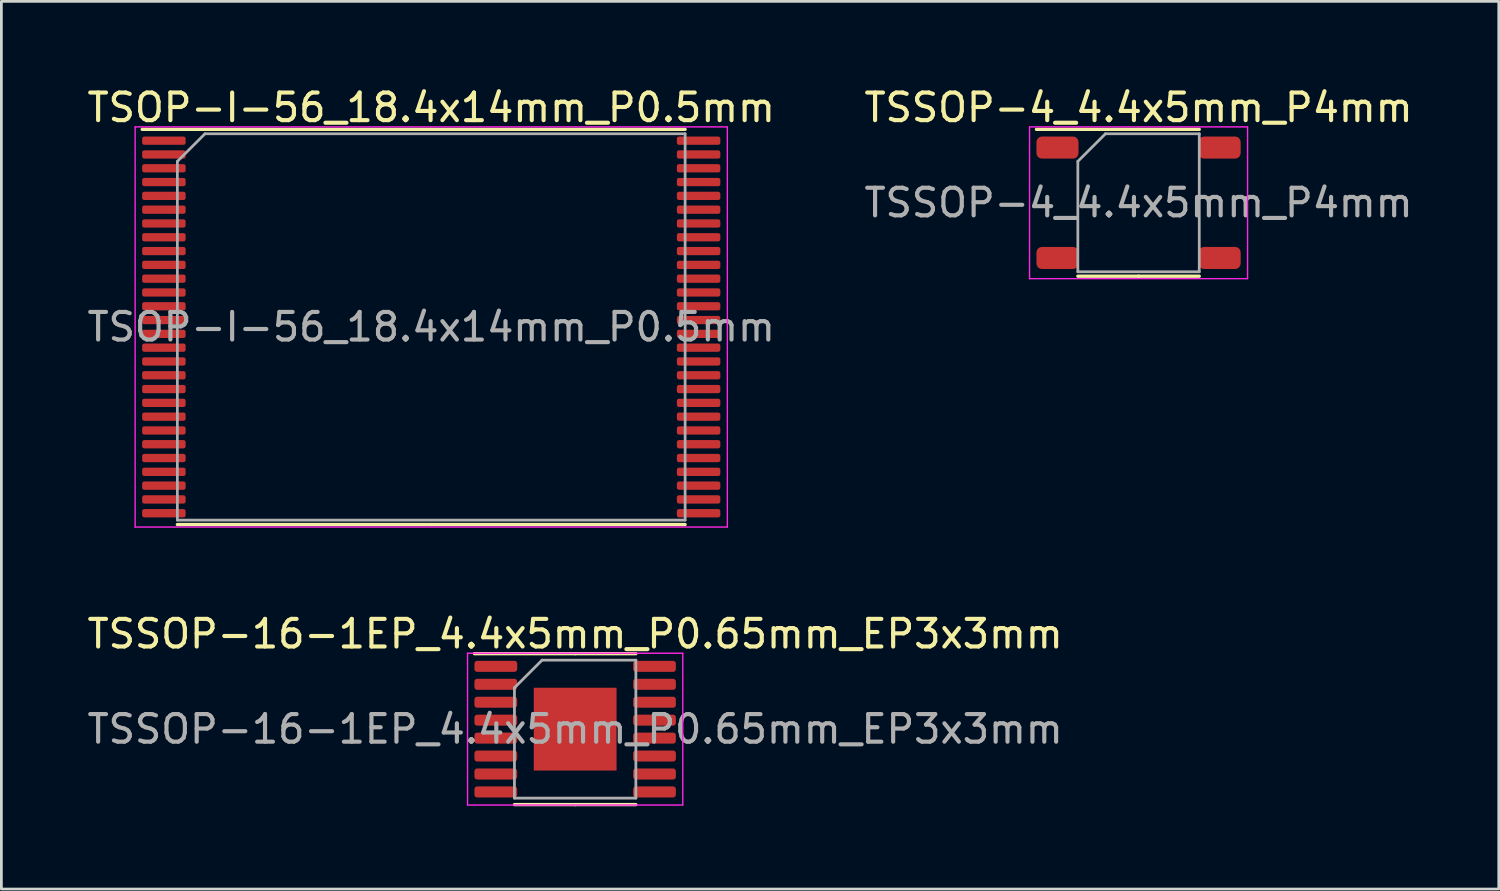
<source format=kicad_pcb>
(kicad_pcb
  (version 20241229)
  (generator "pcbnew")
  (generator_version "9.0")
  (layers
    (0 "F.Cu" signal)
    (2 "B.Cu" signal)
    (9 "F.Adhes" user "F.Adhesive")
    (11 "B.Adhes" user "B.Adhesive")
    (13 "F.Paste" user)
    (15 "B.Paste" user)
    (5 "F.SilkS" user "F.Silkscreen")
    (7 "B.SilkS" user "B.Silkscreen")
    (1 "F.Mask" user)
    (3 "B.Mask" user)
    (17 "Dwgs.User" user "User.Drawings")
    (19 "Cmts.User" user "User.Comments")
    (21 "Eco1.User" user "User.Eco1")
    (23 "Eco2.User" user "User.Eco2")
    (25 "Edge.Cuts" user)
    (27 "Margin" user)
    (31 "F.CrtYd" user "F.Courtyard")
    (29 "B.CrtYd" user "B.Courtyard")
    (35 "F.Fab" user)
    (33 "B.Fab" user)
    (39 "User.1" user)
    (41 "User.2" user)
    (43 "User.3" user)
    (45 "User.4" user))
  (footprint "TSOP-I-56_18.4x14mm_P0.5mm"
    (layer "F.Cu")
    (at 12.577 8.798)
    (property "Reference" "TSOP-I-56_18.4x14mm_P0.5mm" (at 0 -7.95 0) (layer "F.SilkS") (effects (font (size 1 1) (thickness 0.15))))
    (attr smd)
    (fp_line (start 0 -7.16) (end -10.475 -7.16) (stroke (width 0.12) (type solid)) (layer "F.SilkS"))
    (fp_line (start 0 -7.16) (end 9.2 -7.16) (stroke (width 0.12) (type solid)) (layer "F.SilkS"))
    (fp_line (start 0 7.16) (end -9.2 7.16) (stroke (width 0.12) (type solid)) (layer "F.SilkS"))
    (fp_line (start 0 7.16) (end 9.2 7.16) (stroke (width 0.12) (type solid)) (layer "F.SilkS"))
    (fp_line (start -10.73 -7.25) (end -10.73 7.25) (stroke (width 0.05) (type solid)) (layer "F.CrtYd"))
    (fp_line (start -10.73 7.25) (end 10.73 7.25) (stroke (width 0.05) (type solid)) (layer "F.CrtYd"))
    (fp_line (start 10.73 -7.25) (end -10.73 -7.25) (stroke (width 0.05) (type solid)) (layer "F.CrtYd"))
    (fp_line (start 10.73 7.25) (end 10.73 -7.25) (stroke (width 0.05) (type solid)) (layer "F.CrtYd"))
    (fp_line (start -9.2 -6) (end -8.2 -7) (stroke (width 0.1) (type solid)) (layer "F.Fab"))
    (fp_line (start -9.2 7) (end -9.2 -6) (stroke (width 0.1) (type solid)) (layer "F.Fab"))
    (fp_line (start -8.2 -7) (end 9.2 -7) (stroke (width 0.1) (type solid)) (layer "F.Fab"))
    (fp_line (start 9.2 -7) (end 9.2 7) (stroke (width 0.1) (type solid)) (layer "F.Fab"))
    (fp_line (start 9.2 7) (end -9.2 7) (stroke (width 0.1) (type solid)) (layer "F.Fab"))
    (fp_text user "${REFERENCE}" (at 0 0 0) (layer "F.Fab") (effects (font (size 1 1) (thickness 0.15))))
    (pad "1" smd roundrect (at -9.688 -6.75) (size 1.575 0.3) (layers "F.Cu" "F.Mask" "F.Paste") (roundrect_rratio 0.25))
    (pad "2" smd roundrect (at -9.688 -6.25) (size 1.575 0.3) (layers "F.Cu" "F.Mask" "F.Paste") (roundrect_rratio 0.25))
    (pad "3" smd roundrect (at -9.688 -5.75) (size 1.575 0.3) (layers "F.Cu" "F.Mask" "F.Paste") (roundrect_rratio 0.25))
    (pad "4" smd roundrect (at -9.688 -5.25) (size 1.575 0.3) (layers "F.Cu" "F.Mask" "F.Paste") (roundrect_rratio 0.25))
    (pad "5" smd roundrect (at -9.688 -4.75) (size 1.575 0.3) (layers "F.Cu" "F.Mask" "F.Paste") (roundrect_rratio 0.25))
    (pad "6" smd roundrect (at -9.688 -4.25) (size 1.575 0.3) (layers "F.Cu" "F.Mask" "F.Paste") (roundrect_rratio 0.25))
    (pad "7" smd roundrect (at -9.688 -3.75) (size 1.575 0.3) (layers "F.Cu" "F.Mask" "F.Paste") (roundrect_rratio 0.25))
    (pad "8" smd roundrect (at -9.688 -3.25) (size 1.575 0.3) (layers "F.Cu" "F.Mask" "F.Paste") (roundrect_rratio 0.25))
    (pad "9" smd roundrect (at -9.688 -2.75) (size 1.575 0.3) (layers "F.Cu" "F.Mask" "F.Paste") (roundrect_rratio 0.25))
    (pad "10" smd roundrect (at -9.688 -2.25) (size 1.575 0.3) (layers "F.Cu" "F.Mask" "F.Paste") (roundrect_rratio 0.25))
    (pad "11" smd roundrect (at -9.688 -1.75) (size 1.575 0.3) (layers "F.Cu" "F.Mask" "F.Paste") (roundrect_rratio 0.25))
    (pad "12" smd roundrect (at -9.688 -1.25) (size 1.575 0.3) (layers "F.Cu" "F.Mask" "F.Paste") (roundrect_rratio 0.25))
    (pad "13" smd roundrect (at -9.688 -0.75) (size 1.575 0.3) (layers "F.Cu" "F.Mask" "F.Paste") (roundrect_rratio 0.25))
    (pad "14" smd roundrect (at -9.688 -0.25) (size 1.575 0.3) (layers "F.Cu" "F.Mask" "F.Paste") (roundrect_rratio 0.25))
    (pad "15" smd roundrect (at -9.688 0.25) (size 1.575 0.3) (layers "F.Cu" "F.Mask" "F.Paste") (roundrect_rratio 0.25))
    (pad "16" smd roundrect (at -9.688 0.75) (size 1.575 0.3) (layers "F.Cu" "F.Mask" "F.Paste") (roundrect_rratio 0.25))
    (pad "17" smd roundrect (at -9.688 1.25) (size 1.575 0.3) (layers "F.Cu" "F.Mask" "F.Paste") (roundrect_rratio 0.25))
    (pad "18" smd roundrect (at -9.688 1.75) (size 1.575 0.3) (layers "F.Cu" "F.Mask" "F.Paste") (roundrect_rratio 0.25))
    (pad "19" smd roundrect (at -9.688 2.25) (size 1.575 0.3) (layers "F.Cu" "F.Mask" "F.Paste") (roundrect_rratio 0.25))
    (pad "20" smd roundrect (at -9.688 2.75) (size 1.575 0.3) (layers "F.Cu" "F.Mask" "F.Paste") (roundrect_rratio 0.25))
    (pad "21" smd roundrect (at -9.688 3.25) (size 1.575 0.3) (layers "F.Cu" "F.Mask" "F.Paste") (roundrect_rratio 0.25))
    (pad "22" smd roundrect (at -9.688 3.75) (size 1.575 0.3) (layers "F.Cu" "F.Mask" "F.Paste") (roundrect_rratio 0.25))
    (pad "23" smd roundrect (at -9.688 4.25) (size 1.575 0.3) (layers "F.Cu" "F.Mask" "F.Paste") (roundrect_rratio 0.25))
    (pad "24" smd roundrect (at -9.688 4.75) (size 1.575 0.3) (layers "F.Cu" "F.Mask" "F.Paste") (roundrect_rratio 0.25))
    (pad "25" smd roundrect (at -9.688 5.25) (size 1.575 0.3) (layers "F.Cu" "F.Mask" "F.Paste") (roundrect_rratio 0.25))
    (pad "26" smd roundrect (at -9.688 5.75) (size 1.575 0.3) (layers "F.Cu" "F.Mask" "F.Paste") (roundrect_rratio 0.25))
    (pad "27" smd roundrect (at -9.688 6.25) (size 1.575 0.3) (layers "F.Cu" "F.Mask" "F.Paste") (roundrect_rratio 0.25))
    (pad "28" smd roundrect (at -9.688 6.75) (size 1.575 0.3) (layers "F.Cu" "F.Mask" "F.Paste") (roundrect_rratio 0.25))
    (pad "29" smd roundrect (at 9.688 6.75) (size 1.575 0.3) (layers "F.Cu" "F.Mask" "F.Paste") (roundrect_rratio 0.25))
    (pad "30" smd roundrect (at 9.688 6.25) (size 1.575 0.3) (layers "F.Cu" "F.Mask" "F.Paste") (roundrect_rratio 0.25))
    (pad "31" smd roundrect (at 9.688 5.75) (size 1.575 0.3) (layers "F.Cu" "F.Mask" "F.Paste") (roundrect_rratio 0.25))
    (pad "32" smd roundrect (at 9.688 5.25) (size 1.575 0.3) (layers "F.Cu" "F.Mask" "F.Paste") (roundrect_rratio 0.25))
    (pad "33" smd roundrect (at 9.688 4.75) (size 1.575 0.3) (layers "F.Cu" "F.Mask" "F.Paste") (roundrect_rratio 0.25))
    (pad "34" smd roundrect (at 9.688 4.25) (size 1.575 0.3) (layers "F.Cu" "F.Mask" "F.Paste") (roundrect_rratio 0.25))
    (pad "35" smd roundrect (at 9.688 3.75) (size 1.575 0.3) (layers "F.Cu" "F.Mask" "F.Paste") (roundrect_rratio 0.25))
    (pad "36" smd roundrect (at 9.688 3.25) (size 1.575 0.3) (layers "F.Cu" "F.Mask" "F.Paste") (roundrect_rratio 0.25))
    (pad "37" smd roundrect (at 9.688 2.75) (size 1.575 0.3) (layers "F.Cu" "F.Mask" "F.Paste") (roundrect_rratio 0.25))
    (pad "38" smd roundrect (at 9.688 2.25) (size 1.575 0.3) (layers "F.Cu" "F.Mask" "F.Paste") (roundrect_rratio 0.25))
    (pad "39" smd roundrect (at 9.688 1.75) (size 1.575 0.3) (layers "F.Cu" "F.Mask" "F.Paste") (roundrect_rratio 0.25))
    (pad "40" smd roundrect (at 9.688 1.25) (size 1.575 0.3) (layers "F.Cu" "F.Mask" "F.Paste") (roundrect_rratio 0.25))
    (pad "41" smd roundrect (at 9.688 0.75) (size 1.575 0.3) (layers "F.Cu" "F.Mask" "F.Paste") (roundrect_rratio 0.25))
    (pad "42" smd roundrect (at 9.688 0.25) (size 1.575 0.3) (layers "F.Cu" "F.Mask" "F.Paste") (roundrect_rratio 0.25))
    (pad "43" smd roundrect (at 9.688 -0.25) (size 1.575 0.3) (layers "F.Cu" "F.Mask" "F.Paste") (roundrect_rratio 0.25))
    (pad "44" smd roundrect (at 9.688 -0.75) (size 1.575 0.3) (layers "F.Cu" "F.Mask" "F.Paste") (roundrect_rratio 0.25))
    (pad "45" smd roundrect (at 9.688 -1.25) (size 1.575 0.3) (layers "F.Cu" "F.Mask" "F.Paste") (roundrect_rratio 0.25))
    (pad "46" smd roundrect (at 9.688 -1.75) (size 1.575 0.3) (layers "F.Cu" "F.Mask" "F.Paste") (roundrect_rratio 0.25))
    (pad "47" smd roundrect (at 9.688 -2.25) (size 1.575 0.3) (layers "F.Cu" "F.Mask" "F.Paste") (roundrect_rratio 0.25))
    (pad "48" smd roundrect (at 9.688 -2.75) (size 1.575 0.3) (layers "F.Cu" "F.Mask" "F.Paste") (roundrect_rratio 0.25))
    (pad "49" smd roundrect (at 9.688 -3.25) (size 1.575 0.3) (layers "F.Cu" "F.Mask" "F.Paste") (roundrect_rratio 0.25))
    (pad "50" smd roundrect (at 9.688 -3.75) (size 1.575 0.3) (layers "F.Cu" "F.Mask" "F.Paste") (roundrect_rratio 0.25))
    (pad "51" smd roundrect (at 9.688 -4.25) (size 1.575 0.3) (layers "F.Cu" "F.Mask" "F.Paste") (roundrect_rratio 0.25))
    (pad "52" smd roundrect (at 9.688 -4.75) (size 1.575 0.3) (layers "F.Cu" "F.Mask" "F.Paste") (roundrect_rratio 0.25))
    (pad "53" smd roundrect (at 9.688 -5.25) (size 1.575 0.3) (layers "F.Cu" "F.Mask" "F.Paste") (roundrect_rratio 0.25))
    (pad "54" smd roundrect (at 9.688 -5.75) (size 1.575 0.3) (layers "F.Cu" "F.Mask" "F.Paste") (roundrect_rratio 0.25))
    (pad "55" smd roundrect (at 9.688 -6.25) (size 1.575 0.3) (layers "F.Cu" "F.Mask" "F.Paste") (roundrect_rratio 0.25))
    (pad "56" smd roundrect (at 9.688 -6.75) (size 1.575 0.3) (layers "F.Cu" "F.Mask" "F.Paste") (roundrect_rratio 0.25)))
  (footprint "TSSOP-4_4.4x5mm_P4mm"
    (layer "F.Cu")
    (at 38.208 4.298)
    (property "Reference" "TSSOP-4_4.4x5mm_P4mm" (at 0 -3.45 0) (layer "F.SilkS") (effects (font (size 1 1) (thickness 0.15))))
    (attr smd)
    (fp_line (start 0 -2.66) (end -3.7 -2.66) (stroke (width 0.12) (type solid)) (layer "F.SilkS"))
    (fp_line (start 0 -2.66) (end 2.2 -2.66) (stroke (width 0.12) (type solid)) (layer "F.SilkS"))
    (fp_line (start 0 2.66) (end -2.2 2.66) (stroke (width 0.12) (type solid)) (layer "F.SilkS"))
    (fp_line (start 0 2.66) (end 2.2 2.66) (stroke (width 0.12) (type solid)) (layer "F.SilkS"))
    (fp_line (start -3.95 -2.75) (end -3.95 2.75) (stroke (width 0.05) (type solid)) (layer "F.CrtYd"))
    (fp_line (start -3.95 2.75) (end 3.95 2.75) (stroke (width 0.05) (type solid)) (layer "F.CrtYd"))
    (fp_line (start 3.95 -2.75) (end -3.95 -2.75) (stroke (width 0.05) (type solid)) (layer "F.CrtYd"))
    (fp_line (start 3.95 2.75) (end 3.95 -2.75) (stroke (width 0.05) (type solid)) (layer "F.CrtYd"))
    (fp_line (start -2.2 -1.5) (end -1.2 -2.5) (stroke (width 0.1) (type solid)) (layer "F.Fab"))
    (fp_line (start -2.2 2.5) (end -2.2 -1.5) (stroke (width 0.1) (type solid)) (layer "F.Fab"))
    (fp_line (start -1.2 -2.5) (end 2.2 -2.5) (stroke (width 0.1) (type solid)) (layer "F.Fab"))
    (fp_line (start 2.2 -2.5) (end 2.2 2.5) (stroke (width 0.1) (type solid)) (layer "F.Fab"))
    (fp_line (start 2.2 2.5) (end -2.2 2.5) (stroke (width 0.1) (type solid)) (layer "F.Fab"))
    (fp_text user "${REFERENCE}" (at 0 0 0) (layer "F.Fab") (effects (font (size 1 1) (thickness 0.15))))
    (pad "1" smd roundrect (at -2.938 -2) (size 1.525 0.8) (layers "F.Cu" "F.Mask" "F.Paste") (roundrect_rratio 0.25))
    (pad "2" smd roundrect (at -2.938 2) (size 1.525 0.8) (layers "F.Cu" "F.Mask" "F.Paste") (roundrect_rratio 0.25))
    (pad "3" smd roundrect (at 2.938 2) (size 1.525 0.8) (layers "F.Cu" "F.Mask" "F.Paste") (roundrect_rratio 0.25))
    (pad "4" smd roundrect (at 2.938 -2) (size 1.525 0.8) (layers "F.Cu" "F.Mask" "F.Paste") (roundrect_rratio 0.25)))
  (footprint "TSSOP-16-1EP_4.4x5mm_P0.65mm_EP3x3mm"
    (layer "F.Cu")
    (at 17.792 23.372)
    (property "Reference" "TSSOP-16-1EP_4.4x5mm_P0.65mm_EP3x3mm" (at 0 -3.45 0) (layer "F.SilkS") (effects (font (size 1 1) (thickness 0.15))))
    (attr smd)
    (fp_line (start 0 -2.735) (end -3.65 -2.735) (stroke (width 0.12) (type solid)) (layer "F.SilkS"))
    (fp_line (start 0 -2.735) (end 2.2 -2.735) (stroke (width 0.12) (type solid)) (layer "F.SilkS"))
    (fp_line (start 0 2.735) (end -2.2 2.735) (stroke (width 0.12) (type solid)) (layer "F.SilkS"))
    (fp_line (start 0 2.735) (end 2.2 2.735) (stroke (width 0.12) (type solid)) (layer "F.SilkS"))
    (fp_line (start -3.9 -2.75) (end -3.9 2.75) (stroke (width 0.05) (type solid)) (layer "F.CrtYd"))
    (fp_line (start -3.9 2.75) (end 3.9 2.75) (stroke (width 0.05) (type solid)) (layer "F.CrtYd"))
    (fp_line (start 3.9 -2.75) (end -3.9 -2.75) (stroke (width 0.05) (type solid)) (layer "F.CrtYd"))
    (fp_line (start 3.9 2.75) (end 3.9 -2.75) (stroke (width 0.05) (type solid)) (layer "F.CrtYd"))
    (fp_line (start -2.2 -1.5) (end -1.2 -2.5) (stroke (width 0.1) (type solid)) (layer "F.Fab"))
    (fp_line (start -2.2 2.5) (end -2.2 -1.5) (stroke (width 0.1) (type solid)) (layer "F.Fab"))
    (fp_line (start -1.2 -2.5) (end 2.2 -2.5) (stroke (width 0.1) (type solid)) (layer "F.Fab"))
    (fp_line (start 2.2 -2.5) (end 2.2 2.5) (stroke (width 0.1) (type solid)) (layer "F.Fab"))
    (fp_line (start 2.2 2.5) (end -2.2 2.5) (stroke (width 0.1) (type solid)) (layer "F.Fab"))
    (fp_text user "${REFERENCE}" (at 0 0 0) (layer "F.Fab") (effects (font (size 1 1) (thickness 0.15))))
    (pad "" smd roundrect (at -0.75 -0.75) (size 1.21 1.21) (layers "F.Paste") (roundrect_rratio 0.207))
    (pad "" smd roundrect (at -0.75 0.75) (size 1.21 1.21) (layers "F.Paste") (roundrect_rratio 0.207))
    (pad "" smd roundrect (at 0.75 -0.75) (size 1.21 1.21) (layers "F.Paste") (roundrect_rratio 0.207))
    (pad "" smd roundrect (at 0.75 0.75) (size 1.21 1.21) (layers "F.Paste") (roundrect_rratio 0.207))
    (pad "1" smd roundrect (at -2.875 -2.275) (size 1.55 0.4) (layers "F.Cu" "F.Mask" "F.Paste") (roundrect_rratio 0.25))
    (pad "2" smd roundrect (at -2.875 -1.625) (size 1.55 0.4) (layers "F.Cu" "F.Mask" "F.Paste") (roundrect_rratio 0.25))
    (pad "3" smd roundrect (at -2.875 -0.975) (size 1.55 0.4) (layers "F.Cu" "F.Mask" "F.Paste") (roundrect_rratio 0.25))
    (pad "4" smd roundrect (at -2.875 -0.325) (size 1.55 0.4) (layers "F.Cu" "F.Mask" "F.Paste") (roundrect_rratio 0.25))
    (pad "5" smd roundrect (at -2.875 0.325) (size 1.55 0.4) (layers "F.Cu" "F.Mask" "F.Paste") (roundrect_rratio 0.25))
    (pad "6" smd roundrect (at -2.875 0.975) (size 1.55 0.4) (layers "F.Cu" "F.Mask" "F.Paste") (roundrect_rratio 0.25))
    (pad "7" smd roundrect (at -2.875 1.625) (size 1.55 0.4) (layers "F.Cu" "F.Mask" "F.Paste") (roundrect_rratio 0.25))
    (pad "8" smd roundrect (at -2.875 2.275) (size 1.55 0.4) (layers "F.Cu" "F.Mask" "F.Paste") (roundrect_rratio 0.25))
    (pad "9" smd roundrect (at 2.875 2.275) (size 1.55 0.4) (layers "F.Cu" "F.Mask" "F.Paste") (roundrect_rratio 0.25))
    (pad "10" smd roundrect (at 2.875 1.625) (size 1.55 0.4) (layers "F.Cu" "F.Mask" "F.Paste") (roundrect_rratio 0.25))
    (pad "11" smd roundrect (at 2.875 0.975) (size 1.55 0.4) (layers "F.Cu" "F.Mask" "F.Paste") (roundrect_rratio 0.25))
    (pad "12" smd roundrect (at 2.875 0.325) (size 1.55 0.4) (layers "F.Cu" "F.Mask" "F.Paste") (roundrect_rratio 0.25))
    (pad "13" smd roundrect (at 2.875 -0.325) (size 1.55 0.4) (layers "F.Cu" "F.Mask" "F.Paste") (roundrect_rratio 0.25))
    (pad "14" smd roundrect (at 2.875 -0.975) (size 1.55 0.4) (layers "F.Cu" "F.Mask" "F.Paste") (roundrect_rratio 0.25))
    (pad "15" smd roundrect (at 2.875 -1.625) (size 1.55 0.4) (layers "F.Cu" "F.Mask" "F.Paste") (roundrect_rratio 0.25))
    (pad "16" smd roundrect (at 2.875 -2.275) (size 1.55 0.4) (layers "F.Cu" "F.Mask" "F.Paste") (roundrect_rratio 0.25))
    (pad "17" smd rect (at 0 0) (size 3 3) (layers "F.Cu" "F.Mask")))
  (gr_rect
    (start -3 -3)
    (end 51.262 29.166)
    (stroke (width 0.1) (type default))
    (fill no)
    (layer "Edge.Cuts")))
</source>
